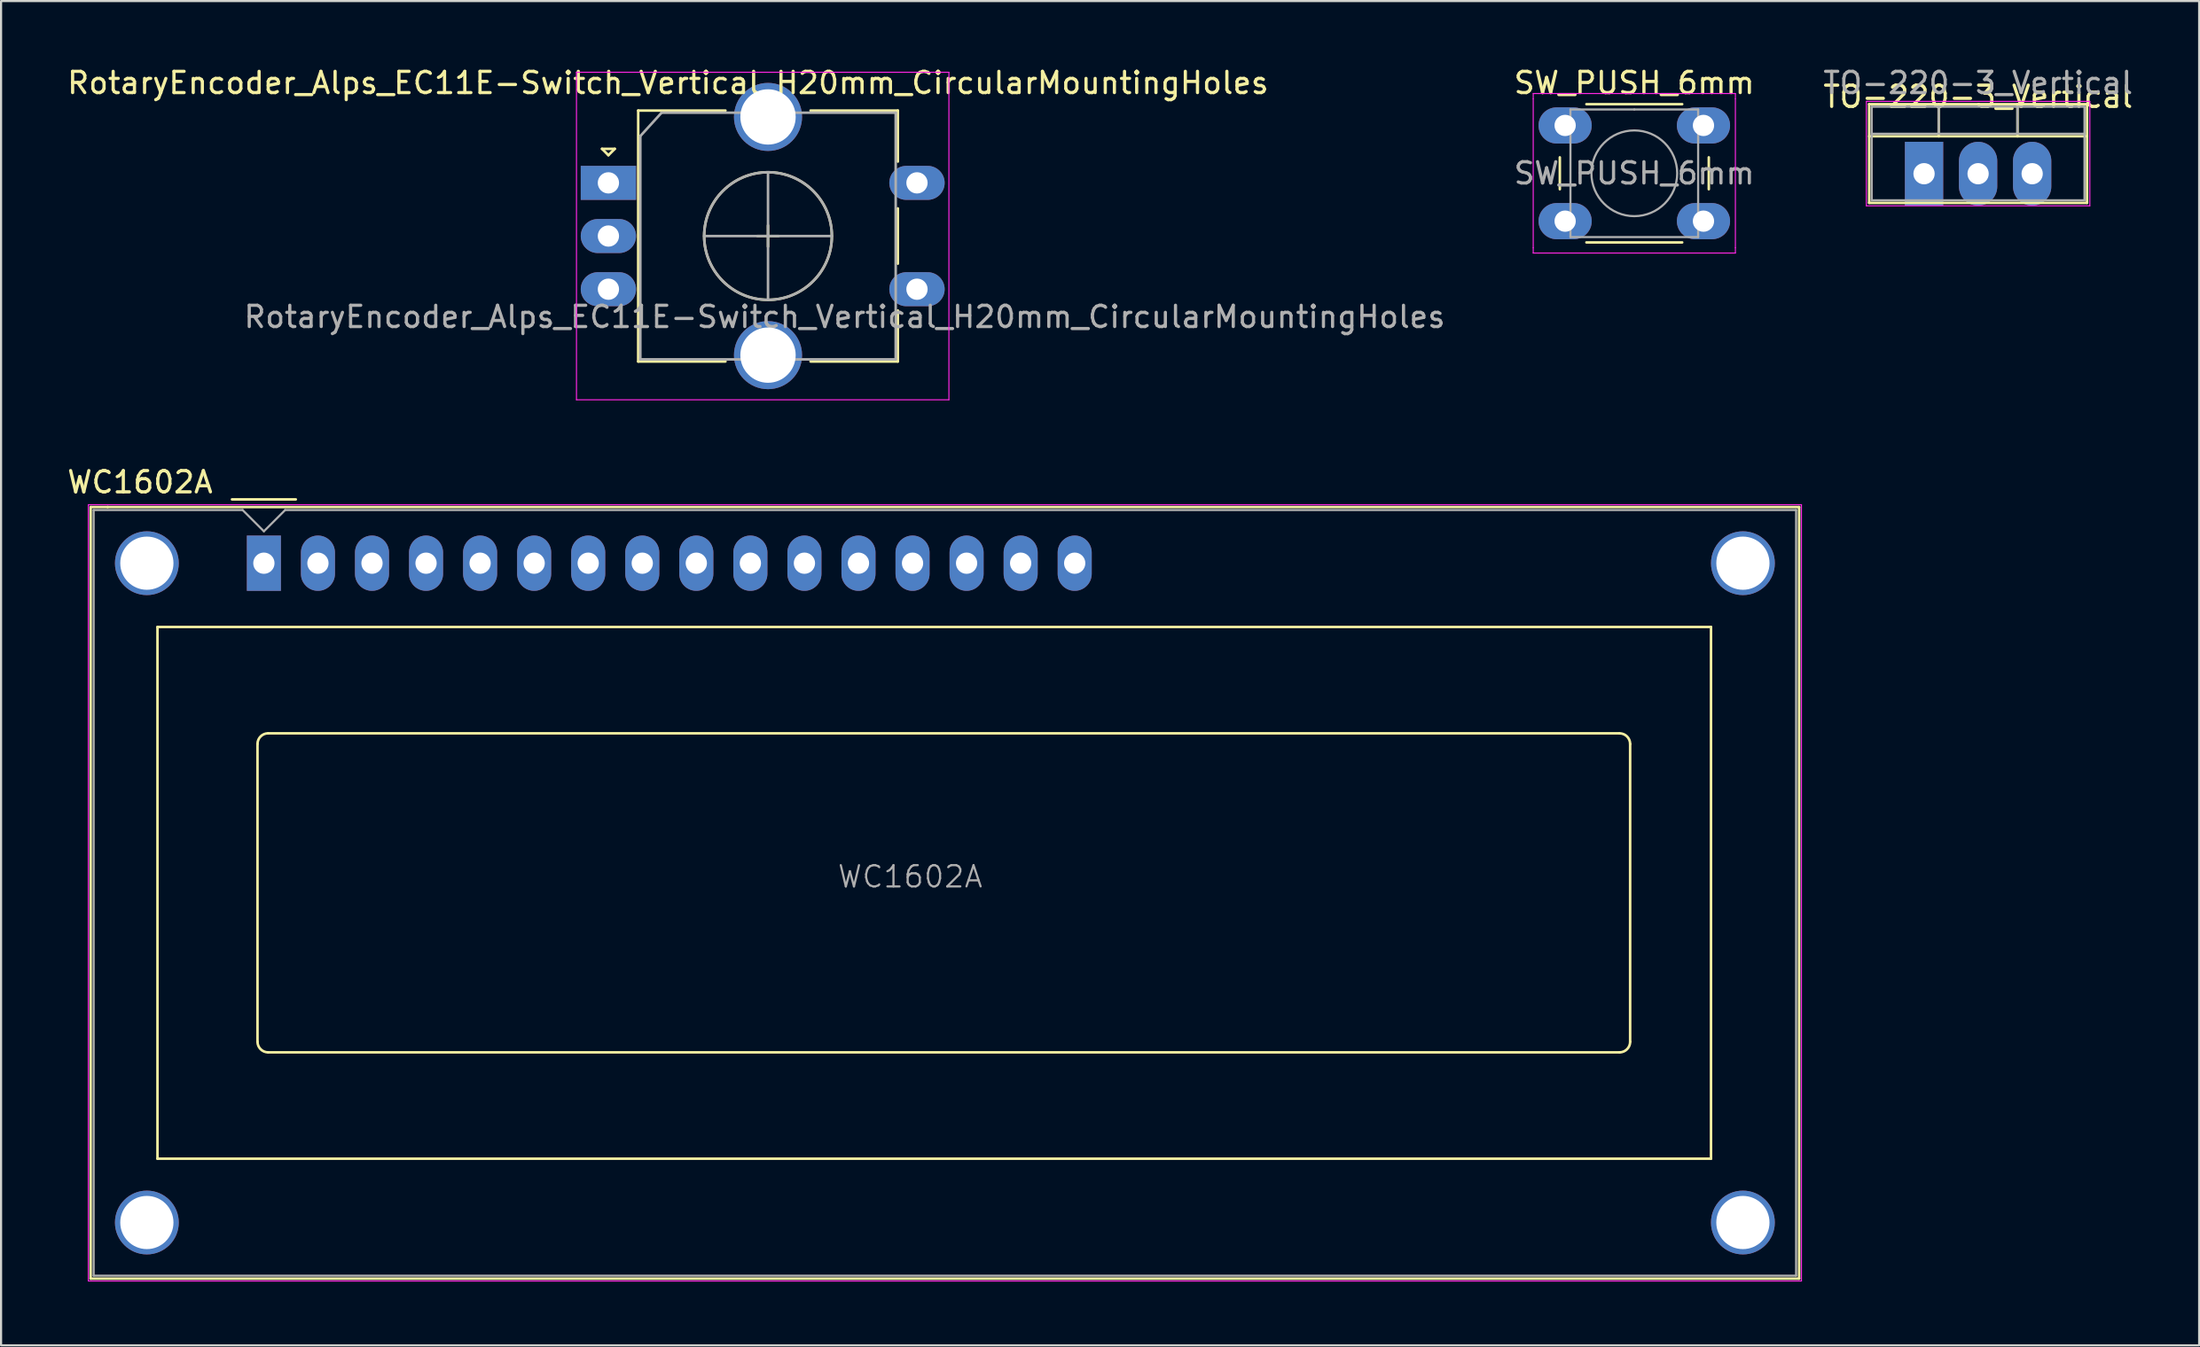
<source format=kicad_pcb>
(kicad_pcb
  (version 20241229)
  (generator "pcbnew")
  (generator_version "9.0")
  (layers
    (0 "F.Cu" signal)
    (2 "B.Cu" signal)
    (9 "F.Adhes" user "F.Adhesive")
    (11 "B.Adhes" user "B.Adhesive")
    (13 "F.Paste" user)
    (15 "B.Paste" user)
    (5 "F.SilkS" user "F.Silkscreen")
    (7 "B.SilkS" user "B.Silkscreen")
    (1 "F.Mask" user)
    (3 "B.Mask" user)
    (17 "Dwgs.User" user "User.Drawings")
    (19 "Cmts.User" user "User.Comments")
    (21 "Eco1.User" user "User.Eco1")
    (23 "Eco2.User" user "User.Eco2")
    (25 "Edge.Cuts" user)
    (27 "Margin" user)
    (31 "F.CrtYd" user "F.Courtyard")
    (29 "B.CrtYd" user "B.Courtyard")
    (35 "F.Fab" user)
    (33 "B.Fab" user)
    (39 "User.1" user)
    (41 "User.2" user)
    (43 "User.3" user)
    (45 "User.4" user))
  (footprint "RotaryEncoder_Alps_EC11E-Switch_Vertical_H20mm_CircularMountingHoles"
    (layer "F.Cu")
    (at 25.539 5.548)
    (property "Reference" "RotaryEncoder_Alps_EC11E-Switch_Vertical_H20mm_CircularMountingHoles" (at 2.8 -4.7 0) (layer "F.SilkS") (effects (font (size 1 1) (thickness 0.15))))
    (attr through_hole)
    (fp_line (start -0.3 -1.6) (end 0.3 -1.6) (stroke (width 0.12) (type solid)) (layer "F.SilkS"))
    (fp_line (start 0 -1.3) (end -0.3 -1.6) (stroke (width 0.12) (type solid)) (layer "F.SilkS"))
    (fp_line (start 0.3 -1.6) (end 0 -1.3) (stroke (width 0.12) (type solid)) (layer "F.SilkS"))
    (fp_line (start 1.4 -3.4) (end 1.4 8.4) (stroke (width 0.12) (type solid)) (layer "F.SilkS"))
    (fp_line (start 5.5 -3.4) (end 1.4 -3.4) (stroke (width 0.12) (type solid)) (layer "F.SilkS"))
    (fp_line (start 5.5 8.4) (end 1.4 8.4) (stroke (width 0.12) (type solid)) (layer "F.SilkS"))
    (fp_line (start 7 2.5) (end 8 2.5) (stroke (width 0.12) (type solid)) (layer "F.SilkS"))
    (fp_line (start 7.5 2) (end 7.5 3) (stroke (width 0.12) (type solid)) (layer "F.SilkS"))
    (fp_line (start 9.5 -3.4) (end 13.6 -3.4) (stroke (width 0.12) (type solid)) (layer "F.SilkS"))
    (fp_line (start 13.6 -3.4) (end 13.6 -1) (stroke (width 0.12) (type solid)) (layer "F.SilkS"))
    (fp_line (start 13.6 1.2) (end 13.6 3.8) (stroke (width 0.12) (type solid)) (layer "F.SilkS"))
    (fp_line (start 13.6 6) (end 13.6 8.4) (stroke (width 0.12) (type solid)) (layer "F.SilkS"))
    (fp_line (start 13.6 8.4) (end 9.5 8.4) (stroke (width 0.12) (type solid)) (layer "F.SilkS"))
    (fp_circle (center 7.5 2.5) (end 10.5 2.5) (stroke (width 0.12) (type solid)) (fill no) (layer "F.SilkS"))
    (fp_line (start -1.5 -5.2) (end -1.5 10.2) (stroke (width 0.05) (type solid)) (layer "F.CrtYd"))
    (fp_line (start -1.5 -5.2) (end 16 -5.2) (stroke (width 0.05) (type solid)) (layer "F.CrtYd"))
    (fp_line (start 16 10.2) (end -1.5 10.2) (stroke (width 0.05) (type solid)) (layer "F.CrtYd"))
    (fp_line (start 16 10.2) (end 16 -5.2) (stroke (width 0.05) (type solid)) (layer "F.CrtYd"))
    (fp_line (start 1.5 -2.2) (end 2.5 -3.3) (stroke (width 0.12) (type solid)) (layer "F.Fab"))
    (fp_line (start 1.5 8.3) (end 1.5 -2.2) (stroke (width 0.12) (type solid)) (layer "F.Fab"))
    (fp_line (start 2.5 -3.3) (end 13.5 -3.3) (stroke (width 0.12) (type solid)) (layer "F.Fab"))
    (fp_line (start 4.5 2.5) (end 10.5 2.5) (stroke (width 0.12) (type solid)) (layer "F.Fab"))
    (fp_line (start 7.5 -0.5) (end 7.5 5.5) (stroke (width 0.12) (type solid)) (layer "F.Fab"))
    (fp_line (start 13.5 -3.3) (end 13.5 8.3) (stroke (width 0.12) (type solid)) (layer "F.Fab"))
    (fp_line (start 13.5 8.3) (end 1.5 8.3) (stroke (width 0.12) (type solid)) (layer "F.Fab"))
    (fp_circle (center 7.5 2.5) (end 10.5 2.5) (stroke (width 0.12) (type solid)) (fill no) (layer "F.Fab"))
    (fp_text user "${REFERENCE}" (at 11.1 6.3 0) (layer "F.Fab") (effects (font (size 1 1) (thickness 0.15))))
    (pad "A" thru_hole rect (at 0 0) (size 2.6 1.6) (drill 1) (layers "*.Cu" "*.Mask"))
    (pad "B" thru_hole oval (at 0 5) (size 2.6 1.6) (drill 1) (layers "*.Cu" "*.Mask"))
    (pad "C" thru_hole oval (at 0 2.5) (size 2.6 1.6) (drill 1) (layers "*.Cu" "*.Mask"))
    (pad "MP" thru_hole circle (at 7.5 -3.1) (size 3.2 3.2) (drill 2.6) (layers "*.Cu" "*.Mask"))
    (pad "MP" thru_hole circle (at 7.5 8.1) (size 3.2 3.2) (drill 2.6) (layers "*.Cu" "*.Mask"))
    (pad "S1" thru_hole oval (at 14.5 0) (size 2.6 1.6) (drill 1) (layers "*.Cu" "*.Mask"))
    (pad "S2" thru_hole oval (at 14.5 5) (size 2.6 1.6) (drill 1) (layers "*.Cu" "*.Mask")))
  (footprint "WC1602A"
    (layer "F.Cu")
    (at 9.35 23.431)
    (property "Reference" "WC1602A" (at -5.82 -3.81 0) (layer "F.SilkS") (effects (font (size 1 1) (thickness 0.15))))
    (attr through_hole)
    (fp_line (start -8.14 -2.64) (end -8.14 33.64) (stroke (width 0.12) (type solid)) (layer "F.SilkS"))
    (fp_line (start -8.14 33.64) (end 72.14 33.64) (stroke (width 0.12) (type solid)) (layer "F.SilkS"))
    (fp_line (start -8.13 -2.64) (end -7.34 -2.64) (stroke (width 0.12) (type solid)) (layer "F.SilkS"))
    (fp_line (start -5 3) (end 68 3) (stroke (width 0.12) (type solid)) (layer "F.SilkS"))
    (fp_line (start -5 28) (end -5 3) (stroke (width 0.12) (type solid)) (layer "F.SilkS"))
    (fp_line (start -1.5 -3) (end 1.5 -3) (stroke (width 0.12) (type solid)) (layer "F.SilkS"))
    (fp_line (start -0.3 22.499) (end -0.3 8.5) (stroke (width 0.12) (type solid)) (layer "F.SilkS"))
    (fp_line (start 0.2 8) (end 63.7 8) (stroke (width 0.12) (type solid)) (layer "F.SilkS"))
    (fp_line (start 63.701 23) (end 0.2 23) (stroke (width 0.12) (type solid)) (layer "F.SilkS"))
    (fp_line (start 64.2 8.5) (end 64.2 22.5) (stroke (width 0.12) (type solid)) (layer "F.SilkS"))
    (fp_line (start 68 3) (end 68 28) (stroke (width 0.12) (type solid)) (layer "F.SilkS"))
    (fp_line (start 68 28) (end -5 28) (stroke (width 0.12) (type solid)) (layer "F.SilkS"))
    (fp_line (start 72.14 -2.64) (end -7.34 -2.64) (stroke (width 0.12) (type solid)) (layer "F.SilkS"))
    (fp_line (start 72.14 33.64) (end 72.14 -2.64) (stroke (width 0.12) (type solid)) (layer "F.SilkS"))
    (fp_arc (start -0.29972 8.49884) (mid -0.153162 8.145018) (end 0.20066 7.99846) (stroke (width 0.12) (type solid)) (layer "F.SilkS"))
    (fp_arc (start 0.20066 22.9997) (mid -0.153162 22.853142) (end -0.29972 22.49932) (stroke (width 0.12) (type solid)) (layer "F.SilkS"))
    (fp_arc (start 63.7 8) (mid 64.053553 8.146447) (end 64.2 8.5) (stroke (width 0.12) (type solid)) (layer "F.SilkS"))
    (fp_arc (start 64.20104 22.49932) (mid 64.054482 22.853142) (end 63.70066 22.9997) (stroke (width 0.12) (type solid)) (layer "F.SilkS"))
    (fp_line (start -8.25 -2.75) (end -8.25 33.75) (stroke (width 0.05) (type solid)) (layer "F.CrtYd"))
    (fp_line (start -8.25 -2.75) (end 72.25 -2.75) (stroke (width 0.05) (type solid)) (layer "F.CrtYd"))
    (fp_line (start -8.25 33.75) (end 72.25 33.75) (stroke (width 0.05) (type solid)) (layer "F.CrtYd"))
    (fp_line (start 72.25 -2.75) (end 72.25 33.75) (stroke (width 0.05) (type solid)) (layer "F.CrtYd"))
    (fp_line (start -8 33.5) (end -8 -2.5) (stroke (width 0.1) (type solid)) (layer "F.Fab"))
    (fp_line (start -1 -2.5) (end -8 -2.5) (stroke (width 0.1) (type solid)) (layer "F.Fab"))
    (fp_line (start 0 -1.5) (end -1 -2.5) (stroke (width 0.1) (type solid)) (layer "F.Fab"))
    (fp_line (start 1 -2.5) (end 0 -1.5) (stroke (width 0.1) (type solid)) (layer "F.Fab"))
    (fp_line (start 1 -2.5) (end 72 -2.5) (stroke (width 0.1) (type solid)) (layer "F.Fab"))
    (fp_line (start 72 -2.5) (end 72 33.5) (stroke (width 0.1) (type solid)) (layer "F.Fab"))
    (fp_line (start 72 33.5) (end -8 33.5) (stroke (width 0.1) (type solid)) (layer "F.Fab"))
    (fp_text user "${REFERENCE}" (at 30.37 14.74 0) (layer "F.Fab") (effects (font (size 1 1) (thickness 0.1))))
    (pad "" thru_hole circle (at -5.499 0) (size 3 3) (drill 2.5) (layers "*.Cu" "*.Mask"))
    (pad "" thru_hole circle (at -5.499 31.001) (size 3 3) (drill 2.5) (layers "*.Cu" "*.Mask"))
    (pad "" thru_hole circle (at 69.499 31.001) (size 3 3) (drill 2.5) (layers "*.Cu" "*.Mask"))
    (pad "" thru_hole circle (at 69.5 0) (size 3 3) (drill 2.5) (layers "*.Cu" "*.Mask"))
    (pad "1" thru_hole rect (at 0 0) (size 1.6 2.6) (drill 1) (layers "*.Cu" "*.Mask"))
    (pad "2" thru_hole oval (at 2.54 0) (size 1.6 2.6) (drill 1) (layers "*.Cu" "*.Mask"))
    (pad "3" thru_hole oval (at 5.08 0) (size 1.6 2.6) (drill 1) (layers "*.Cu" "*.Mask"))
    (pad "4" thru_hole oval (at 7.62 0) (size 1.6 2.6) (drill 1) (layers "*.Cu" "*.Mask"))
    (pad "5" thru_hole oval (at 10.16 0) (size 1.6 2.6) (drill 1) (layers "*.Cu" "*.Mask"))
    (pad "6" thru_hole oval (at 12.7 0) (size 1.6 2.6) (drill 1) (layers "*.Cu" "*.Mask"))
    (pad "7" thru_hole oval (at 15.24 0) (size 1.6 2.6) (drill 1) (layers "*.Cu" "*.Mask"))
    (pad "8" thru_hole oval (at 17.78 0) (size 1.6 2.6) (drill 1) (layers "*.Cu" "*.Mask"))
    (pad "9" thru_hole oval (at 20.32 0) (size 1.6 2.6) (drill 1) (layers "*.Cu" "*.Mask"))
    (pad "10" thru_hole oval (at 22.86 0) (size 1.6 2.6) (drill 1) (layers "*.Cu" "*.Mask"))
    (pad "11" thru_hole oval (at 25.4 0) (size 1.6 2.6) (drill 1) (layers "*.Cu" "*.Mask"))
    (pad "12" thru_hole oval (at 27.94 0) (size 1.6 2.6) (drill 1) (layers "*.Cu" "*.Mask"))
    (pad "13" thru_hole oval (at 30.48 0) (size 1.6 2.6) (drill 1) (layers "*.Cu" "*.Mask"))
    (pad "14" thru_hole oval (at 33.02 0) (size 1.6 2.6) (drill 1) (layers "*.Cu" "*.Mask"))
    (pad "15" thru_hole oval (at 35.56 0) (size 1.6 2.6) (drill 1) (layers "*.Cu" "*.Mask"))
    (pad "16" thru_hole oval (at 38.1 0) (size 1.6 2.6) (drill 1) (layers "*.Cu" "*.Mask")))
  (footprint "SW_PUSH_6mm"
    (layer "F.Cu")
    (at 70.496 2.848)
    (property "Reference" "SW_PUSH_6mm" (at 3.25 -2 0) (layer "F.SilkS") (effects (font (size 1 1) (thickness 0.15))))
    (attr through_hole)
    (fp_line (start -0.25 1.5) (end -0.25 3) (stroke (width 0.12) (type solid)) (layer "F.SilkS"))
    (fp_line (start 1 5.5) (end 5.5 5.5) (stroke (width 0.12) (type solid)) (layer "F.SilkS"))
    (fp_line (start 5.5 -1) (end 1 -1) (stroke (width 0.12) (type solid)) (layer "F.SilkS"))
    (fp_line (start 6.75 3) (end 6.75 1.5) (stroke (width 0.12) (type solid)) (layer "F.SilkS"))
    (fp_line (start -1.5 -1.5) (end -1.25 -1.5) (stroke (width 0.05) (type solid)) (layer "F.CrtYd"))
    (fp_line (start -1.5 -1.25) (end -1.5 -1.5) (stroke (width 0.05) (type solid)) (layer "F.CrtYd"))
    (fp_line (start -1.5 5.75) (end -1.5 -1.25) (stroke (width 0.05) (type solid)) (layer "F.CrtYd"))
    (fp_line (start -1.5 5.75) (end -1.5 6) (stroke (width 0.05) (type solid)) (layer "F.CrtYd"))
    (fp_line (start -1.5 6) (end -1.25 6) (stroke (width 0.05) (type solid)) (layer "F.CrtYd"))
    (fp_line (start -1.25 -1.5) (end 7.75 -1.5) (stroke (width 0.05) (type solid)) (layer "F.CrtYd"))
    (fp_line (start 7.75 -1.5) (end 8 -1.5) (stroke (width 0.05) (type solid)) (layer "F.CrtYd"))
    (fp_line (start 7.75 6) (end -1.25 6) (stroke (width 0.05) (type solid)) (layer "F.CrtYd"))
    (fp_line (start 7.75 6) (end 8 6) (stroke (width 0.05) (type solid)) (layer "F.CrtYd"))
    (fp_line (start 8 -1.5) (end 8 -1.25) (stroke (width 0.05) (type solid)) (layer "F.CrtYd"))
    (fp_line (start 8 -1.25) (end 8 5.75) (stroke (width 0.05) (type solid)) (layer "F.CrtYd"))
    (fp_line (start 8 6) (end 8 5.75) (stroke (width 0.05) (type solid)) (layer "F.CrtYd"))
    (fp_line (start 0.25 -0.75) (end 3.25 -0.75) (stroke (width 0.1) (type solid)) (layer "F.Fab"))
    (fp_line (start 0.25 5.25) (end 0.25 -0.75) (stroke (width 0.1) (type solid)) (layer "F.Fab"))
    (fp_line (start 3.25 -0.75) (end 6.25 -0.75) (stroke (width 0.1) (type solid)) (layer "F.Fab"))
    (fp_line (start 6.25 -0.75) (end 6.25 5.25) (stroke (width 0.1) (type solid)) (layer "F.Fab"))
    (fp_line (start 6.25 5.25) (end 0.25 5.25) (stroke (width 0.1) (type solid)) (layer "F.Fab"))
    (fp_circle (center 3.25 2.25) (end 1.25 2.5) (stroke (width 0.1) (type solid)) (fill no) (layer "F.Fab"))
    (fp_text user "${REFERENCE}" (at 3.25 2.25 0) (layer "F.Fab") (effects (font (size 1 1) (thickness 0.15))))
    (pad "1" thru_hole oval (at 0 0 90) (size 1.7 2.5) (drill 1) (layers "*.Cu" "*.Mask"))
    (pad "1" thru_hole oval (at 6.5 0 90) (size 1.7 2.5) (drill 1) (layers "*.Cu" "*.Mask"))
    (pad "2" thru_hole oval (at 0 4.5 90) (size 1.7 2.5) (drill 1) (layers "*.Cu" "*.Mask"))
    (pad "2" thru_hole oval (at 6.5 4.5 90) (size 1.7 2.5) (drill 1) (layers "*.Cu" "*.Mask")))
  (footprint "TO-220-3_Vertical"
    (layer "F.Cu")
    (at 87.361 5.118)
    (property "Reference" "TO-220-3_Vertical" (at 2.54 -3.62 0) (layer "F.SilkS") (effects (font (size 1 1) (thickness 0.15))))
    (attr through_hole)
    (fp_line (start -2.58 -3.27) (end -2.58 1.371) (stroke (width 0.12) (type solid)) (layer "F.SilkS"))
    (fp_line (start -2.58 -3.27) (end 7.66 -3.27) (stroke (width 0.12) (type solid)) (layer "F.SilkS"))
    (fp_line (start -2.58 -1.76) (end 7.66 -1.76) (stroke (width 0.12) (type solid)) (layer "F.SilkS"))
    (fp_line (start -2.58 1.371) (end 7.66 1.371) (stroke (width 0.12) (type solid)) (layer "F.SilkS"))
    (fp_line (start 0.69 -3.27) (end 0.69 -1.76) (stroke (width 0.12) (type solid)) (layer "F.SilkS"))
    (fp_line (start 4.391 -3.27) (end 4.391 -1.76) (stroke (width 0.12) (type solid)) (layer "F.SilkS"))
    (fp_line (start 7.66 -3.27) (end 7.66 1.371) (stroke (width 0.12) (type solid)) (layer "F.SilkS"))
    (fp_line (start -2.71 -3.4) (end -2.71 1.51) (stroke (width 0.05) (type solid)) (layer "F.CrtYd"))
    (fp_line (start -2.71 1.51) (end 7.79 1.51) (stroke (width 0.05) (type solid)) (layer "F.CrtYd"))
    (fp_line (start 7.79 -3.4) (end -2.71 -3.4) (stroke (width 0.05) (type solid)) (layer "F.CrtYd"))
    (fp_line (start 7.79 1.51) (end 7.79 -3.4) (stroke (width 0.05) (type solid)) (layer "F.CrtYd"))
    (fp_line (start -2.46 -3.15) (end -2.46 1.25) (stroke (width 0.1) (type solid)) (layer "F.Fab"))
    (fp_line (start -2.46 -1.88) (end 7.54 -1.88) (stroke (width 0.1) (type solid)) (layer "F.Fab"))
    (fp_line (start -2.46 1.25) (end 7.54 1.25) (stroke (width 0.1) (type solid)) (layer "F.Fab"))
    (fp_line (start 0.69 -3.15) (end 0.69 -1.88) (stroke (width 0.1) (type solid)) (layer "F.Fab"))
    (fp_line (start 4.39 -3.15) (end 4.39 -1.88) (stroke (width 0.1) (type solid)) (layer "F.Fab"))
    (fp_line (start 7.54 -3.15) (end -2.46 -3.15) (stroke (width 0.1) (type solid)) (layer "F.Fab"))
    (fp_line (start 7.54 1.25) (end 7.54 -3.15) (stroke (width 0.1) (type solid)) (layer "F.Fab"))
    (fp_text user "${REFERENCE}" (at 2.54 -4.27 0) (layer "F.Fab") (effects (font (size 1 1) (thickness 0.15))))
    (pad "1" thru_hole rect (at 0 0) (size 1.8 3) (drill 1) (layers "*.Cu" "*.Mask"))
    (pad "2" thru_hole oval (at 2.54 0) (size 1.8 3) (drill 1) (layers "*.Cu" "*.Mask"))
    (pad "3" thru_hole oval (at 5.08 0) (size 1.8 3) (drill 1) (layers "*.Cu" "*.Mask")))
  (gr_rect
    (start -3 -3)
    (end 100.288 60.206)
    (stroke (width 0.1) (type default))
    (fill no)
    (layer "Edge.Cuts")))
</source>
